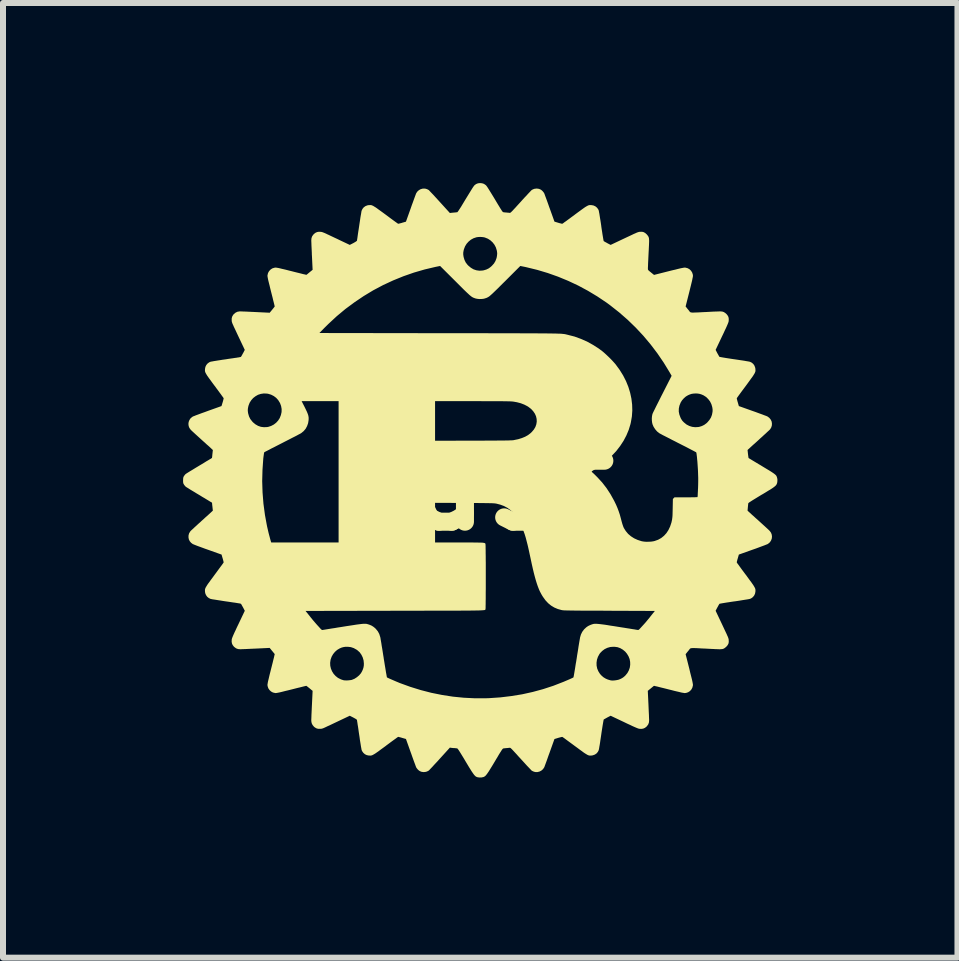
<source format=kicad_pcb>
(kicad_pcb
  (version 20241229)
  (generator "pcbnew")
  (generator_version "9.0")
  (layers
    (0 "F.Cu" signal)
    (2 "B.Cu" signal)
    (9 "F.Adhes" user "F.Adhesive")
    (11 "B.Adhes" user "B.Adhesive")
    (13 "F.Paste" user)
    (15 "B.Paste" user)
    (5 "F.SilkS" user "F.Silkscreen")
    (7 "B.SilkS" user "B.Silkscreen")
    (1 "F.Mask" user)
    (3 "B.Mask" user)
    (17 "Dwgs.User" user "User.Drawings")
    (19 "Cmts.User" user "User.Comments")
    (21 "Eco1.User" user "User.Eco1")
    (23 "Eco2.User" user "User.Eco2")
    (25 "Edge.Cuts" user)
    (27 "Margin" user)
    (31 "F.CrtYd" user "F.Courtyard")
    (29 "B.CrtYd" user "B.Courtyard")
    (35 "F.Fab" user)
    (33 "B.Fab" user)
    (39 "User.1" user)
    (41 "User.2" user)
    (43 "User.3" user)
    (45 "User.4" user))
  (footprint "rust"
    (layer "F.Cu")
    (at 4.95 4.952)
    (property "Reference" "rust" (at 0 0 0) (layer "F.SilkS") (effects (font (size 1.524 1.524) (thickness 0.3))))
    (attr board_only exclude_from_pos_files exclude_from_bom)
    (fp_poly (pts (xy 0.03 -4.949) (xy 0.062 -4.939) (xy 0.09 -4.92) (xy 0.095 -4.916) (xy 0.102 -4.908) (xy 0.113 -4.894) (xy 0.127 -4.873) (xy 0.144 -4.846) (xy 0.165 -4.812) (xy 0.191 -4.77) (xy 0.221 -4.721) (xy 0.244 -4.683) (xy 0.273 -4.634) (xy 0.297 -4.594) (xy 0.318 -4.56) (xy 0.334 -4.533) (xy 0.348 -4.512) (xy 0.358 -4.495) (xy 0.367 -4.483) (xy 0.373 -4.475) (xy 0.378 -4.47) (xy 0.382 -4.468) (xy 0.385 -4.467) (xy 0.396 -4.465) (xy 0.413 -4.463) (xy 0.434 -4.462) (xy 0.437 -4.461) (xy 0.458 -4.459) (xy 0.476 -4.458) (xy 0.49 -4.456) (xy 0.491 -4.456) (xy 0.494 -4.455) (xy 0.498 -4.456) (xy 0.503 -4.459) (xy 0.509 -4.463) (xy 0.518 -4.471) (xy 0.528 -4.481) (xy 0.543 -4.496) (xy 0.56 -4.515) (xy 0.583 -4.539) (xy 0.61 -4.569) (xy 0.642 -4.604) (xy 0.675 -4.64) (xy 0.708 -4.677) (xy 0.74 -4.712) (xy 0.77 -4.743) (xy 0.796 -4.772) (xy 0.819 -4.796) (xy 0.838 -4.816) (xy 0.851 -4.83) (xy 0.86 -4.837) (xy 0.861 -4.838) (xy 0.874 -4.845) (xy 0.893 -4.853) (xy 0.906 -4.857) (xy 0.942 -4.861) (xy 0.978 -4.856) (xy 1.005 -4.845) (xy 1.023 -4.833) (xy 1.042 -4.815) (xy 1.058 -4.795) (xy 1.066 -4.783) (xy 1.069 -4.775) (xy 1.075 -4.76) (xy 1.083 -4.737) (xy 1.094 -4.708) (xy 1.107 -4.673) (xy 1.121 -4.634) (xy 1.136 -4.592) (xy 1.152 -4.546) (xy 1.155 -4.539) (xy 1.237 -4.31) (xy 1.299 -4.291) (xy 1.323 -4.284) (xy 1.344 -4.279) (xy 1.359 -4.275) (xy 1.368 -4.274) (xy 1.369 -4.275) (xy 1.374 -4.278) (xy 1.386 -4.286) (xy 1.404 -4.3) (xy 1.429 -4.317) (xy 1.457 -4.338) (xy 1.49 -4.362) (xy 1.526 -4.389) (xy 1.565 -4.417) (xy 1.576 -4.426) (xy 1.623 -4.461) (xy 1.663 -4.49) (xy 1.697 -4.515) (xy 1.725 -4.535) (xy 1.748 -4.551) (xy 1.768 -4.563) (xy 1.784 -4.572) (xy 1.798 -4.579) (xy 1.81 -4.583) (xy 1.821 -4.585) (xy 1.832 -4.586) (xy 1.843 -4.585) (xy 1.855 -4.585) (xy 1.89 -4.578) (xy 1.921 -4.563) (xy 1.947 -4.541) (xy 1.967 -4.513) (xy 1.975 -4.494) (xy 1.977 -4.484) (xy 1.98 -4.466) (xy 1.985 -4.441) (xy 1.99 -4.409) (xy 1.996 -4.371) (xy 2.003 -4.329) (xy 2.01 -4.284) (xy 2.017 -4.236) (xy 2.017 -4.232) (xy 2.024 -4.184) (xy 2.031 -4.14) (xy 2.037 -4.099) (xy 2.043 -4.063) (xy 2.048 -4.033) (xy 2.052 -4.01) (xy 2.055 -3.994) (xy 2.057 -3.987) (xy 2.057 -3.986) (xy 2.063 -3.982) (xy 2.076 -3.974) (xy 2.094 -3.964) (xy 2.115 -3.953) (xy 2.117 -3.951) (xy 2.173 -3.922) (xy 2.401 -4.03) (xy 2.452 -4.054) (xy 2.495 -4.074) (xy 2.531 -4.091) (xy 2.56 -4.105) (xy 2.584 -4.115) (xy 2.603 -4.124) (xy 2.618 -4.13) (xy 2.63 -4.134) (xy 2.64 -4.137) (xy 2.649 -4.139) (xy 2.657 -4.14) (xy 2.665 -4.14) (xy 2.666 -4.14) (xy 2.691 -4.141) (xy 2.711 -4.138) (xy 2.724 -4.134) (xy 2.749 -4.12) (xy 2.773 -4.099) (xy 2.793 -4.075) (xy 2.804 -4.057) (xy 2.806 -4.05) (xy 2.809 -4.043) (xy 2.811 -4.035) (xy 2.812 -4.025) (xy 2.813 -4.013) (xy 2.814 -3.997) (xy 2.814 -3.977) (xy 2.813 -3.952) (xy 2.812 -3.921) (xy 2.81 -3.884) (xy 2.808 -3.839) (xy 2.805 -3.785) (xy 2.803 -3.743) (xy 2.801 -3.7) (xy 2.799 -3.658) (xy 2.797 -3.62) (xy 2.796 -3.587) (xy 2.795 -3.56) (xy 2.794 -3.54) (xy 2.794 -3.528) (xy 2.794 -3.526) (xy 2.794 -3.517) (xy 2.796 -3.51) (xy 2.799 -3.503) (xy 2.807 -3.495) (xy 2.819 -3.484) (xy 2.838 -3.469) (xy 2.845 -3.463) (xy 2.896 -3.422) (xy 3.145 -3.485) (xy 3.201 -3.499) (xy 3.249 -3.51) (xy 3.288 -3.52) (xy 3.32 -3.528) (xy 3.347 -3.534) (xy 3.368 -3.538) (xy 3.384 -3.541) (xy 3.397 -3.543) (xy 3.406 -3.544) (xy 3.414 -3.544) (xy 3.419 -3.543) (xy 3.455 -3.534) (xy 3.486 -3.517) (xy 3.512 -3.492) (xy 3.531 -3.462) (xy 3.542 -3.428) (xy 3.543 -3.419) (xy 3.544 -3.413) (xy 3.544 -3.405) (xy 3.543 -3.395) (xy 3.541 -3.382) (xy 3.537 -3.365) (xy 3.533 -3.343) (xy 3.527 -3.316) (xy 3.519 -3.283) (xy 3.509 -3.242) (xy 3.497 -3.194) (xy 3.485 -3.145) (xy 3.422 -2.896) (xy 3.434 -2.882) (xy 3.442 -2.871) (xy 3.454 -2.856) (xy 3.468 -2.839) (xy 3.475 -2.831) (xy 3.482 -2.822) (xy 3.487 -2.814) (xy 3.492 -2.808) (xy 3.498 -2.803) (xy 3.505 -2.799) (xy 3.514 -2.797) (xy 3.526 -2.795) (xy 3.542 -2.794) (xy 3.563 -2.795) (xy 3.59 -2.796) (xy 3.624 -2.797) (xy 3.665 -2.799) (xy 3.714 -2.802) (xy 3.744 -2.803) (xy 3.804 -2.806) (xy 3.854 -2.809) (xy 3.897 -2.811) (xy 3.932 -2.812) (xy 3.961 -2.813) (xy 3.984 -2.814) (xy 4.003 -2.814) (xy 4.017 -2.813) (xy 4.028 -2.812) (xy 4.038 -2.81) (xy 4.045 -2.808) (xy 4.052 -2.805) (xy 4.057 -2.804) (xy 4.082 -2.788) (xy 4.106 -2.767) (xy 4.125 -2.742) (xy 4.134 -2.724) (xy 4.139 -2.705) (xy 4.141 -2.684) (xy 4.14 -2.666) (xy 4.14 -2.657) (xy 4.139 -2.65) (xy 4.137 -2.641) (xy 4.134 -2.631) (xy 4.13 -2.62) (xy 4.124 -2.605) (xy 4.116 -2.586) (xy 4.106 -2.563) (xy 4.093 -2.534) (xy 4.076 -2.499) (xy 4.057 -2.457) (xy 4.033 -2.407) (xy 4.03 -2.401) (xy 3.922 -2.173) (xy 3.951 -2.117) (xy 3.963 -2.096) (xy 3.973 -2.078) (xy 3.981 -2.064) (xy 3.986 -2.057) (xy 3.986 -2.057) (xy 3.992 -2.056) (xy 4.007 -2.053) (xy 4.029 -2.049) (xy 4.058 -2.044) (xy 4.094 -2.038) (xy 4.133 -2.032) (xy 4.177 -2.025) (xy 4.224 -2.018) (xy 4.232 -2.017) (xy 4.28 -2.01) (xy 4.325 -2.003) (xy 4.368 -1.997) (xy 4.406 -1.991) (xy 4.438 -1.985) (xy 4.464 -1.981) (xy 4.483 -1.977) (xy 4.493 -1.975) (xy 4.494 -1.975) (xy 4.524 -1.96) (xy 4.55 -1.938) (xy 4.569 -1.91) (xy 4.581 -1.877) (xy 4.585 -1.855) (xy 4.585 -1.843) (xy 4.586 -1.831) (xy 4.585 -1.82) (xy 4.583 -1.809) (xy 4.578 -1.797) (xy 4.572 -1.783) (xy 4.562 -1.767) (xy 4.55 -1.747) (xy 4.534 -1.723) (xy 4.513 -1.695) (xy 4.488 -1.66) (xy 4.459 -1.62) (xy 4.426 -1.575) (xy 4.397 -1.536) (xy 4.37 -1.5) (xy 4.345 -1.466) (xy 4.323 -1.436) (xy 4.304 -1.41) (xy 4.29 -1.39) (xy 4.28 -1.376) (xy 4.275 -1.369) (xy 4.275 -1.369) (xy 4.275 -1.362) (xy 4.278 -1.348) (xy 4.283 -1.328) (xy 4.289 -1.305) (xy 4.291 -1.3) (xy 4.309 -1.237) (xy 4.539 -1.155) (xy 4.585 -1.139) (xy 4.628 -1.123) (xy 4.669 -1.108) (xy 4.705 -1.095) (xy 4.736 -1.083) (xy 4.761 -1.074) (xy 4.778 -1.067) (xy 4.788 -1.062) (xy 4.788 -1.062) (xy 4.817 -1.04) (xy 4.839 -1.013) (xy 4.854 -0.983) (xy 4.86 -0.95) (xy 4.859 -0.916) (xy 4.85 -0.884) (xy 4.832 -0.853) (xy 4.824 -0.844) (xy 4.816 -0.836) (xy 4.801 -0.822) (xy 4.781 -0.804) (xy 4.757 -0.781) (xy 4.728 -0.755) (xy 4.697 -0.726) (xy 4.663 -0.696) (xy 4.642 -0.676) (xy 4.608 -0.645) (xy 4.576 -0.616) (xy 4.546 -0.59) (xy 4.52 -0.566) (xy 4.498 -0.546) (xy 4.482 -0.531) (xy 4.471 -0.521) (xy 4.467 -0.518) (xy 4.454 -0.505) (xy 4.461 -0.44) (xy 4.464 -0.416) (xy 4.467 -0.395) (xy 4.469 -0.38) (xy 4.471 -0.372) (xy 4.472 -0.371) (xy 4.477 -0.368) (xy 4.489 -0.36) (xy 4.508 -0.349) (xy 4.534 -0.333) (xy 4.564 -0.315) (xy 4.599 -0.294) (xy 4.637 -0.271) (xy 4.678 -0.247) (xy 4.689 -0.24) (xy 4.74 -0.209) (xy 4.783 -0.183) (xy 4.82 -0.161) (xy 4.85 -0.142) (xy 4.874 -0.126) (xy 4.893 -0.113) (xy 4.908 -0.101) (xy 4.92 -0.091) (xy 4.928 -0.082) (xy 4.935 -0.073) (xy 4.939 -0.063) (xy 4.943 -0.053) (xy 4.944 -0.05) (xy 4.951 -0.02) (xy 4.951 0.012) (xy 4.947 0.043) (xy 4.944 0.05) (xy 4.941 0.06) (xy 4.936 0.069) (xy 4.931 0.078) (xy 4.923 0.087) (xy 4.913 0.097) (xy 4.899 0.108) (xy 4.882 0.121) (xy 4.86 0.136) (xy 4.832 0.154) (xy 4.798 0.174) (xy 4.758 0.199) (xy 4.71 0.228) (xy 4.685 0.242) (xy 4.634 0.273) (xy 4.59 0.3) (xy 4.554 0.322) (xy 4.525 0.34) (xy 4.502 0.355) (xy 4.485 0.366) (xy 4.474 0.374) (xy 4.468 0.38) (xy 4.466 0.383) (xy 4.465 0.392) (xy 4.463 0.408) (xy 4.461 0.429) (xy 4.459 0.449) (xy 4.454 0.505) (xy 4.467 0.518) (xy 4.474 0.524) (xy 4.487 0.536) (xy 4.505 0.552) (xy 4.528 0.574) (xy 4.556 0.598) (xy 4.586 0.626) (xy 4.619 0.655) (xy 4.642 0.676) (xy 4.676 0.707) (xy 4.709 0.737) (xy 4.74 0.765) (xy 4.767 0.79) (xy 4.79 0.811) (xy 4.808 0.828) (xy 4.82 0.84) (xy 4.824 0.844) (xy 4.845 0.873) (xy 4.857 0.905) (xy 4.861 0.939) (xy 4.857 0.972) (xy 4.845 1.003) (xy 4.826 1.032) (xy 4.799 1.055) (xy 4.788 1.062) (xy 4.78 1.066) (xy 4.763 1.072) (xy 4.739 1.082) (xy 4.709 1.093) (xy 4.674 1.106) (xy 4.634 1.121) (xy 4.591 1.137) (xy 4.545 1.153) (xy 4.539 1.155) (xy 4.309 1.237) (xy 4.291 1.3) (xy 4.284 1.323) (xy 4.279 1.344) (xy 4.275 1.359) (xy 4.274 1.368) (xy 4.274 1.368) (xy 4.278 1.373) (xy 4.286 1.386) (xy 4.3 1.404) (xy 4.317 1.428) (xy 4.338 1.457) (xy 4.362 1.49) (xy 4.389 1.526) (xy 4.417 1.564) (xy 4.426 1.575) (xy 4.461 1.623) (xy 4.49 1.663) (xy 4.515 1.696) (xy 4.535 1.725) (xy 4.551 1.748) (xy 4.563 1.768) (xy 4.572 1.784) (xy 4.579 1.798) (xy 4.583 1.81) (xy 4.585 1.821) (xy 4.586 1.832) (xy 4.585 1.843) (xy 4.585 1.855) (xy 4.578 1.89) (xy 4.563 1.921) (xy 4.541 1.947) (xy 4.513 1.967) (xy 4.494 1.975) (xy 4.484 1.977) (xy 4.466 1.981) (xy 4.441 1.985) (xy 4.409 1.99) (xy 4.371 1.996) (xy 4.329 2.003) (xy 4.284 2.01) (xy 4.236 2.017) (xy 4.232 2.017) (xy 4.184 2.024) (xy 4.14 2.031) (xy 4.099 2.037) (xy 4.063 2.043) (xy 4.033 2.048) (xy 4.01 2.052) (xy 3.994 2.055) (xy 3.987 2.057) (xy 3.986 2.057) (xy 3.982 2.063) (xy 3.974 2.076) (xy 3.964 2.094) (xy 3.953 2.115) (xy 3.951 2.117) (xy 3.922 2.173) (xy 4.03 2.401) (xy 4.054 2.452) (xy 4.074 2.495) (xy 4.091 2.531) (xy 4.105 2.56) (xy 4.115 2.584) (xy 4.124 2.603) (xy 4.13 2.618) (xy 4.134 2.63) (xy 4.137 2.64) (xy 4.139 2.649) (xy 4.14 2.657) (xy 4.14 2.665) (xy 4.14 2.666) (xy 4.141 2.691) (xy 4.138 2.711) (xy 4.134 2.724) (xy 4.12 2.749) (xy 4.099 2.773) (xy 4.075 2.793) (xy 4.057 2.804) (xy 4.05 2.806) (xy 4.043 2.809) (xy 4.034 2.811) (xy 4.024 2.812) (xy 4.012 2.813) (xy 3.996 2.814) (xy 3.976 2.814) (xy 3.951 2.813) (xy 3.919 2.812) (xy 3.882 2.81) (xy 3.836 2.808) (xy 3.782 2.805) (xy 3.744 2.803) (xy 3.69 2.801) (xy 3.645 2.798) (xy 3.607 2.796) (xy 3.577 2.795) (xy 3.553 2.794) (xy 3.534 2.795) (xy 3.52 2.796) (xy 3.509 2.798) (xy 3.501 2.801) (xy 3.495 2.805) (xy 3.49 2.811) (xy 3.485 2.817) (xy 3.479 2.826) (xy 3.475 2.831) (xy 3.46 2.849) (xy 3.447 2.865) (xy 3.437 2.878) (xy 3.434 2.882) (xy 3.422 2.896) (xy 3.485 3.145) (xy 3.498 3.201) (xy 3.51 3.248) (xy 3.52 3.288) (xy 3.528 3.32) (xy 3.534 3.347) (xy 3.538 3.367) (xy 3.541 3.384) (xy 3.543 3.396) (xy 3.544 3.406) (xy 3.544 3.414) (xy 3.543 3.419) (xy 3.534 3.455) (xy 3.517 3.486) (xy 3.493 3.512) (xy 3.463 3.531) (xy 3.429 3.542) (xy 3.418 3.543) (xy 3.411 3.544) (xy 3.402 3.544) (xy 3.392 3.542) (xy 3.378 3.54) (xy 3.36 3.537) (xy 3.338 3.532) (xy 3.31 3.525) (xy 3.275 3.517) (xy 3.233 3.507) (xy 3.183 3.494) (xy 3.146 3.485) (xy 3.099 3.473) (xy 3.055 3.462) (xy 3.014 3.452) (xy 2.978 3.443) (xy 2.947 3.435) (xy 2.923 3.43) (xy 2.907 3.426) (xy 2.898 3.424) (xy 2.897 3.423) (xy 2.892 3.426) (xy 2.881 3.434) (xy 2.867 3.446) (xy 2.857 3.454) (xy 2.839 3.469) (xy 2.823 3.482) (xy 2.81 3.492) (xy 2.806 3.496) (xy 2.792 3.507) (xy 2.803 3.735) (xy 2.805 3.783) (xy 2.807 3.828) (xy 2.809 3.871) (xy 2.811 3.909) (xy 2.812 3.943) (xy 2.813 3.969) (xy 2.814 3.988) (xy 2.814 3.997) (xy 2.811 4.034) (xy 2.799 4.067) (xy 2.778 4.095) (xy 2.77 4.104) (xy 2.744 4.124) (xy 2.717 4.136) (xy 2.687 4.141) (xy 2.666 4.14) (xy 2.657 4.14) (xy 2.65 4.139) (xy 2.641 4.137) (xy 2.631 4.134) (xy 2.62 4.13) (xy 2.605 4.124) (xy 2.586 4.116) (xy 2.563 4.106) (xy 2.534 4.093) (xy 2.499 4.076) (xy 2.457 4.057) (xy 2.407 4.033) (xy 2.401 4.03) (xy 2.173 3.922) (xy 2.117 3.951) (xy 2.096 3.963) (xy 2.078 3.973) (xy 2.064 3.981) (xy 2.057 3.986) (xy 2.057 3.986) (xy 2.056 3.992) (xy 2.053 4.007) (xy 2.049 4.029) (xy 2.044 4.058) (xy 2.038 4.094) (xy 2.032 4.133) (xy 2.025 4.177) (xy 2.018 4.224) (xy 2.017 4.232) (xy 2.01 4.28) (xy 2.003 4.325) (xy 1.997 4.368) (xy 1.991 4.406) (xy 1.985 4.438) (xy 1.981 4.464) (xy 1.977 4.483) (xy 1.975 4.493) (xy 1.975 4.494) (xy 1.96 4.524) (xy 1.938 4.55) (xy 1.91 4.569) (xy 1.877 4.581) (xy 1.855 4.585) (xy 1.843 4.585) (xy 1.831 4.586) (xy 1.82 4.585) (xy 1.809 4.583) (xy 1.797 4.578) (xy 1.783 4.572) (xy 1.767 4.562) (xy 1.747 4.55) (xy 1.723 4.534) (xy 1.695 4.513) (xy 1.66 4.488) (xy 1.62 4.458) (xy 1.576 4.426) (xy 1.537 4.397) (xy 1.5 4.37) (xy 1.466 4.345) (xy 1.436 4.323) (xy 1.411 4.304) (xy 1.391 4.29) (xy 1.377 4.28) (xy 1.369 4.275) (xy 1.369 4.275) (xy 1.362 4.275) (xy 1.348 4.278) (xy 1.328 4.283) (xy 1.305 4.289) (xy 1.299 4.291) (xy 1.237 4.31) (xy 1.155 4.539) (xy 1.138 4.585) (xy 1.123 4.628) (xy 1.109 4.668) (xy 1.096 4.703) (xy 1.085 4.733) (xy 1.076 4.757) (xy 1.07 4.774) (xy 1.066 4.782) (xy 1.066 4.783) (xy 1.046 4.812) (xy 1.02 4.835) (xy 0.99 4.851) (xy 0.956 4.86) (xy 0.921 4.86) (xy 0.906 4.857) (xy 0.887 4.851) (xy 0.87 4.843) (xy 0.861 4.838) (xy 0.854 4.833) (xy 0.842 4.82) (xy 0.825 4.802) (xy 0.803 4.779) (xy 0.777 4.752) (xy 0.749 4.721) (xy 0.718 4.687) (xy 0.685 4.651) (xy 0.675 4.64) (xy 0.637 4.599) (xy 0.606 4.564) (xy 0.579 4.535) (xy 0.558 4.512) (xy 0.54 4.493) (xy 0.527 4.479) (xy 0.516 4.469) (xy 0.508 4.462) (xy 0.502 4.458) (xy 0.498 4.456) (xy 0.494 4.455) (xy 0.491 4.456) (xy 0.479 4.457) (xy 0.461 4.459) (xy 0.44 4.461) (xy 0.437 4.461) (xy 0.417 4.463) (xy 0.398 4.465) (xy 0.386 4.467) (xy 0.385 4.467) (xy 0.381 4.468) (xy 0.377 4.472) (xy 0.371 4.478) (xy 0.364 4.487) (xy 0.355 4.5) (xy 0.344 4.518) (xy 0.329 4.541) (xy 0.311 4.57) (xy 0.29 4.606) (xy 0.264 4.649) (xy 0.244 4.683) (xy 0.213 4.735) (xy 0.186 4.779) (xy 0.163 4.816) (xy 0.144 4.847) (xy 0.127 4.872) (xy 0.113 4.892) (xy 0.101 4.907) (xy 0.091 4.919) (xy 0.081 4.928) (xy 0.071 4.935) (xy 0.062 4.94) (xy 0.052 4.944) (xy 0.05 4.944) (xy 0.023 4.95) (xy -0.008 4.951) (xy -0.037 4.948) (xy -0.053 4.944) (xy -0.062 4.94) (xy -0.072 4.935) (xy -0.081 4.928) (xy -0.09 4.919) (xy -0.101 4.907) (xy -0.113 4.891) (xy -0.127 4.871) (xy -0.144 4.846) (xy -0.164 4.814) (xy -0.187 4.777) (xy -0.214 4.732) (xy -0.244 4.682) (xy -0.274 4.631) (xy -0.3 4.589) (xy -0.322 4.553) (xy -0.34 4.524) (xy -0.354 4.502) (xy -0.365 4.486) (xy -0.374 4.475) (xy -0.379 4.468) (xy -0.382 4.466) (xy -0.392 4.465) (xy -0.409 4.463) (xy -0.428 4.461) (xy -0.43 4.461) (xy -0.451 4.46) (xy -0.471 4.458) (xy -0.486 4.456) (xy -0.505 4.453) (xy -0.675 4.64) (xy -0.708 4.677) (xy -0.74 4.711) (xy -0.77 4.743) (xy -0.796 4.772) (xy -0.819 4.796) (xy -0.838 4.816) (xy -0.851 4.83) (xy -0.86 4.837) (xy -0.861 4.838) (xy -0.874 4.845) (xy -0.893 4.853) (xy -0.906 4.857) (xy -0.942 4.861) (xy -0.978 4.856) (xy -1.005 4.845) (xy -1.023 4.833) (xy -1.042 4.815) (xy -1.058 4.795) (xy -1.066 4.783) (xy -1.069 4.775) (xy -1.075 4.76) (xy -1.083 4.737) (xy -1.094 4.708) (xy -1.107 4.673) (xy -1.121 4.634) (xy -1.136 4.592) (xy -1.152 4.546) (xy -1.155 4.539) (xy -1.237 4.309) (xy -1.3 4.291) (xy -1.323 4.284) (xy -1.344 4.279) (xy -1.359 4.275) (xy -1.368 4.274) (xy -1.368 4.274) (xy -1.373 4.278) (xy -1.386 4.286) (xy -1.404 4.3) (xy -1.428 4.317) (xy -1.457 4.338) (xy -1.49 4.362) (xy -1.526 4.389) (xy -1.564 4.417) (xy -1.575 4.426) (xy -1.623 4.461) (xy -1.663 4.49) (xy -1.696 4.515) (xy -1.725 4.535) (xy -1.748 4.551) (xy -1.768 4.563) (xy -1.784 4.572) (xy -1.798 4.579) (xy -1.81 4.583) (xy -1.821 4.585) (xy -1.832 4.586) (xy -1.843 4.585) (xy -1.855 4.585) (xy -1.89 4.578) (xy -1.921 4.563) (xy -1.947 4.54) (xy -1.967 4.512) (xy -1.976 4.491) (xy -1.978 4.481) (xy -1.981 4.463) (xy -1.986 4.437) (xy -1.991 4.404) (xy -1.997 4.367) (xy -2.004 4.325) (xy -2.01 4.279) (xy -2.017 4.234) (xy -2.024 4.187) (xy -2.03 4.143) (xy -2.036 4.103) (xy -2.042 4.068) (xy -2.046 4.038) (xy -2.05 4.015) (xy -2.052 3.999) (xy -2.053 3.992) (xy -2.053 3.992) (xy -2.059 3.985) (xy -2.073 3.975) (xy -2.096 3.962) (xy -2.114 3.952) (xy -2.173 3.922) (xy -2.323 3.993) (xy -2.363 4.012) (xy -2.405 4.032) (xy -2.445 4.051) (xy -2.483 4.069) (xy -2.516 4.085) (xy -2.544 4.097) (xy -2.552 4.101) (xy -2.581 4.115) (xy -2.603 4.125) (xy -2.62 4.132) (xy -2.634 4.136) (xy -2.647 4.139) (xy -2.66 4.14) (xy -2.666 4.14) (xy -2.699 4.14) (xy -2.728 4.132) (xy -2.754 4.117) (xy -2.77 4.104) (xy -2.793 4.076) (xy -2.808 4.045) (xy -2.814 4.01) (xy -2.814 3.997) (xy -2.814 3.985) (xy -2.813 3.965) (xy -2.812 3.937) (xy -2.811 3.903) (xy -2.809 3.863) (xy -2.807 3.82) (xy -2.805 3.774) (xy -2.803 3.735) (xy -2.792 3.507) (xy -2.806 3.496) (xy -2.816 3.488) (xy -2.831 3.475) (xy -2.848 3.461) (xy -2.857 3.454) (xy -2.873 3.441) (xy -2.886 3.431) (xy -2.895 3.425) (xy -2.897 3.423) (xy -2.903 3.425) (xy -2.917 3.428) (xy -2.938 3.433) (xy -2.966 3.44) (xy -3.001 3.449) (xy -3.04 3.458) (xy -3.083 3.469) (xy -3.13 3.481) (xy -3.146 3.485) (xy -3.202 3.499) (xy -3.249 3.51) (xy -3.288 3.52) (xy -3.32 3.528) (xy -3.346 3.534) (xy -3.367 3.538) (xy -3.383 3.541) (xy -3.396 3.543) (xy -3.406 3.544) (xy -3.413 3.544) (xy -3.418 3.543) (xy -3.453 3.535) (xy -3.484 3.518) (xy -3.51 3.494) (xy -3.53 3.465) (xy -3.541 3.431) (xy -3.543 3.418) (xy -3.544 3.411) (xy -3.544 3.403) (xy -3.542 3.392) (xy -3.54 3.378) (xy -3.537 3.36) (xy -3.532 3.338) (xy -3.525 3.31) (xy -3.517 3.275) (xy -3.507 3.233) (xy -3.494 3.183) (xy -3.485 3.146) (xy -3.473 3.099) (xy -3.462 3.055) (xy -3.458 3.04) (xy -2.5 3.04) (xy -2.498 3.089) (xy -2.487 3.137) (xy -2.468 3.182) (xy -2.442 3.224) (xy -2.409 3.26) (xy -2.37 3.291) (xy -2.325 3.314) (xy -2.318 3.317) (xy -2.3 3.323) (xy -2.281 3.329) (xy -2.273 3.331) (xy -2.255 3.333) (xy -2.23 3.334) (xy -2.202 3.333) (xy -2.175 3.33) (xy -2.151 3.327) (xy -2.138 3.324) (xy -2.094 3.306) (xy -2.054 3.28) (xy -2.017 3.249) (xy -1.987 3.214) (xy -1.967 3.179) (xy -1.953 3.146) (xy -1.944 3.116) (xy -1.939 3.086) (xy -1.938 3.052) (xy -1.943 3) (xy -1.957 2.951) (xy -1.979 2.906) (xy -2.008 2.865) (xy -2.046 2.831) (xy -2.06 2.821) (xy -2.107 2.795) (xy -2.155 2.779) (xy -2.206 2.773) (xy -2.215 2.773) (xy -2.251 2.774) (xy -2.281 2.779) (xy -2.31 2.787) (xy -2.342 2.801) (xy -2.344 2.802) (xy -2.384 2.826) (xy -2.42 2.858) (xy -2.451 2.896) (xy -2.475 2.938) (xy -2.491 2.983) (xy -2.493 2.99) (xy -2.5 3.04) (xy -3.458 3.04) (xy -3.452 3.014) (xy -3.443 2.978) (xy -3.435 2.947) (xy -3.43 2.923) (xy -3.426 2.907) (xy -3.424 2.898) (xy -3.423 2.897) (xy -3.426 2.892) (xy -3.434 2.881) (xy -3.446 2.867) (xy -3.454 2.857) (xy -3.469 2.839) (xy -3.482 2.823) (xy -3.492 2.81) (xy -3.496 2.806) (xy -3.507 2.792) (xy -3.735 2.803) (xy -3.782 2.805) (xy -3.828 2.807) (xy -3.871 2.809) (xy -3.909 2.811) (xy -3.943 2.812) (xy -3.969 2.813) (xy -3.988 2.814) (xy -3.997 2.814) (xy -4.034 2.811) (xy -4.067 2.799) (xy -4.095 2.778) (xy -4.104 2.77) (xy -4.124 2.744) (xy -4.136 2.717) (xy -4.141 2.687) (xy -4.14 2.666) (xy -4.14 2.657) (xy -4.139 2.65) (xy -4.137 2.641) (xy -4.134 2.631) (xy -4.13 2.62) (xy -4.124 2.605) (xy -4.116 2.586) (xy -4.106 2.563) (xy -4.093 2.534) (xy -4.076 2.499) (xy -4.057 2.457) (xy -4.033 2.407) (xy -4.03 2.401) (xy -3.923 2.176) (xy -2.91 2.176) (xy -2.855 2.244) (xy -2.825 2.282) (xy -2.799 2.314) (xy -2.774 2.344) (xy -2.749 2.373) (xy -2.722 2.404) (xy -2.691 2.438) (xy -2.671 2.46) (xy -2.657 2.476) (xy -2.646 2.486) (xy -2.638 2.491) (xy -2.632 2.494) (xy -2.627 2.493) (xy -2.621 2.492) (xy -2.605 2.49) (xy -2.581 2.486) (xy -2.551 2.481) (xy -2.513 2.475) (xy -2.471 2.468) (xy -2.423 2.461) (xy -2.372 2.452) (xy -2.318 2.444) (xy -2.288 2.439) (xy -2.219 2.428) (xy -2.159 2.419) (xy -2.107 2.411) (xy -2.063 2.404) (xy -2.025 2.399) (xy -1.993 2.395) (xy -1.967 2.392) (xy -1.944 2.39) (xy -1.925 2.39) (xy -1.91 2.39) (xy -1.896 2.391) (xy -1.884 2.394) (xy -1.872 2.397) (xy -1.86 2.401) (xy -1.85 2.404) (xy -1.813 2.419) (xy -1.782 2.438) (xy -1.753 2.461) (xy -1.738 2.476) (xy -1.706 2.515) (xy -1.682 2.559) (xy -1.666 2.609) (xy -1.663 2.62) (xy -1.661 2.632) (xy -1.658 2.652) (xy -1.653 2.68) (xy -1.647 2.715) (xy -1.641 2.756) (xy -1.633 2.802) (xy -1.625 2.852) (xy -1.617 2.904) (xy -1.608 2.959) (xy -1.607 2.969) (xy -1.598 3.023) (xy -1.59 3.074) (xy -1.582 3.121) (xy -1.575 3.164) (xy -1.569 3.202) (xy -1.563 3.233) (xy -1.559 3.257) (xy -1.556 3.274) (xy -1.554 3.282) (xy -1.554 3.283) (xy -1.548 3.286) (xy -1.534 3.293) (xy -1.515 3.302) (xy -1.49 3.313) (xy -1.462 3.325) (xy -1.432 3.338) (xy -1.402 3.351) (xy -1.373 3.363) (xy -1.347 3.374) (xy -1.337 3.378) (xy -1.166 3.44) (xy -0.992 3.494) (xy -0.814 3.54) (xy -0.635 3.576) (xy -0.454 3.604) (xy -0.273 3.622) (xy -0.092 3.631) (xy 0.088 3.631) (xy 0.149 3.629) (xy 0.337 3.616) (xy 0.519 3.594) (xy 0.698 3.565) (xy 0.874 3.526) (xy 1.047 3.479) (xy 1.218 3.423) (xy 1.388 3.357) (xy 1.477 3.319) (xy 1.502 3.308) (xy 1.524 3.298) (xy 1.541 3.29) (xy 1.551 3.284) (xy 1.554 3.283) (xy 1.555 3.277) (xy 1.558 3.263) (xy 1.562 3.241) (xy 1.567 3.212) (xy 1.573 3.176) (xy 1.58 3.135) (xy 1.587 3.089) (xy 1.595 3.039) (xy 1.596 3.038) (xy 1.938 3.038) (xy 1.939 3.087) (xy 1.949 3.136) (xy 1.968 3.181) (xy 1.995 3.224) (xy 2.019 3.251) (xy 2.052 3.28) (xy 2.086 3.301) (xy 2.088 3.302) (xy 2.107 3.311) (xy 2.124 3.318) (xy 2.143 3.324) (xy 2.167 3.331) (xy 2.176 3.333) (xy 2.193 3.335) (xy 2.217 3.335) (xy 2.244 3.333) (xy 2.271 3.329) (xy 2.295 3.324) (xy 2.311 3.32) (xy 2.348 3.304) (xy 2.38 3.285) (xy 2.409 3.261) (xy 2.42 3.25) (xy 2.452 3.211) (xy 2.476 3.167) (xy 2.492 3.121) (xy 2.499 3.073) (xy 2.498 3.025) (xy 2.489 2.977) (xy 2.471 2.932) (xy 2.445 2.889) (xy 2.416 2.854) (xy 2.376 2.821) (xy 2.333 2.796) (xy 2.288 2.78) (xy 2.238 2.773) (xy 2.217 2.773) (xy 2.166 2.777) (xy 2.117 2.791) (xy 2.072 2.813) (xy 2.032 2.843) (xy 1.997 2.879) (xy 1.986 2.895) (xy 1.961 2.941) (xy 1.945 2.989) (xy 1.938 3.038) (xy 1.596 3.038) (xy 1.604 2.986) (xy 1.607 2.969) (xy 1.615 2.914) (xy 1.624 2.861) (xy 1.632 2.811) (xy 1.639 2.764) (xy 1.646 2.722) (xy 1.652 2.686) (xy 1.657 2.657) (xy 1.661 2.635) (xy 1.663 2.622) (xy 1.663 2.62) (xy 1.678 2.569) (xy 1.7 2.524) (xy 1.73 2.484) (xy 1.738 2.476) (xy 1.767 2.449) (xy 1.797 2.428) (xy 1.83 2.412) (xy 1.85 2.404) (xy 1.863 2.4) (xy 1.874 2.396) (xy 1.886 2.393) (xy 1.899 2.391) (xy 1.913 2.39) (xy 1.929 2.39) (xy 1.949 2.391) (xy 1.972 2.393) (xy 2 2.396) (xy 2.033 2.4) (xy 2.072 2.405) (xy 2.118 2.412) (xy 2.171 2.421) (xy 2.233 2.43) (xy 2.288 2.439) (xy 2.344 2.448) (xy 2.397 2.456) (xy 2.446 2.464) (xy 2.491 2.471) (xy 2.532 2.478) (xy 2.566 2.483) (xy 2.593 2.488) (xy 2.613 2.491) (xy 2.625 2.493) (xy 2.627 2.493) (xy 2.633 2.493) (xy 2.639 2.491) (xy 2.647 2.485) (xy 2.658 2.474) (xy 2.673 2.458) (xy 2.691 2.438) (xy 2.723 2.403) (xy 2.751 2.372) (xy 2.776 2.342) (xy 2.8 2.313) (xy 2.827 2.28) (xy 2.855 2.244) (xy 2.91 2.176) (xy 2.152 2.173) (xy 2.05 2.172) (xy 1.958 2.172) (xy 1.875 2.172) (xy 1.8 2.171) (xy 1.733 2.171) (xy 1.673 2.171) (xy 1.62 2.17) (xy 1.574 2.17) (xy 1.534 2.169) (xy 1.499 2.169) (xy 1.469 2.168) (xy 1.444 2.168) (xy 1.423 2.167) (xy 1.406 2.167) (xy 1.392 2.166) (xy 1.381 2.165) (xy 1.372 2.164) (xy 1.365 2.163) (xy 1.359 2.162) (xy 1.358 2.162) (xy 1.293 2.144) (xy 1.234 2.119) (xy 1.181 2.087) (xy 1.133 2.048) (xy 1.088 2) (xy 1.047 1.943) (xy 1.046 1.942) (xy 1.026 1.91) (xy 1.008 1.877) (xy 0.99 1.842) (xy 0.974 1.804) (xy 0.958 1.762) (xy 0.942 1.715) (xy 0.926 1.663) (xy 0.91 1.606) (xy 0.893 1.541) (xy 0.876 1.469) (xy 0.858 1.389) (xy 0.84 1.304) (xy 0.825 1.235) (xy 0.812 1.174) (xy 0.8 1.12) (xy 0.789 1.073) (xy 0.778 1.031) (xy 0.768 0.992) (xy 0.759 0.957) (xy 0.749 0.924) (xy 0.739 0.892) (xy 0.735 0.882) (xy 0.704 0.795) (xy 0.671 0.718) (xy 0.634 0.65) (xy 0.594 0.591) (xy 0.551 0.539) (xy 0.503 0.495) (xy 0.452 0.458) (xy 0.396 0.428) (xy 0.334 0.405) (xy 0.268 0.388) (xy 0.264 0.388) (xy 0.256 0.386) (xy 0.247 0.385) (xy 0.236 0.384) (xy 0.222 0.383) (xy 0.206 0.382) (xy 0.185 0.381) (xy 0.16 0.381) (xy 0.13 0.38) (xy 0.095 0.38) (xy 0.054 0.379) (xy 0.005 0.379) (xy -0.05 0.378) (xy -0.114 0.378) (xy -0.186 0.378) (xy -0.265 0.377) (xy -0.752 0.375) (xy -0.752 1.035) (xy -0.351 1.035) (xy -0.277 1.035) (xy -0.212 1.035) (xy -0.156 1.035) (xy -0.107 1.036) (xy -0.065 1.036) (xy -0.031 1.037) (xy -0.002 1.037) (xy 0.021 1.038) (xy 0.04 1.039) (xy 0.054 1.041) (xy 0.065 1.043) (xy 0.073 1.045) (xy 0.078 1.047) (xy 0.082 1.05) (xy 0.085 1.054) (xy 0.087 1.058) (xy 0.088 1.059) (xy 0.088 1.065) (xy 0.089 1.081) (xy 0.09 1.104) (xy 0.09 1.135) (xy 0.091 1.173) (xy 0.091 1.217) (xy 0.092 1.265) (xy 0.092 1.319) (xy 0.093 1.375) (xy 0.093 1.435) (xy 0.093 1.497) (xy 0.093 1.56) (xy 0.093 1.623) (xy 0.093 1.687) (xy 0.093 1.749) (xy 0.093 1.809) (xy 0.092 1.867) (xy 0.092 1.922) (xy 0.092 1.973) (xy 0.091 2.018) (xy 0.091 2.059) (xy 0.09 2.092) (xy 0.09 2.119) (xy 0.089 2.138) (xy 0.088 2.148) (xy 0.088 2.149) (xy 0.087 2.151) (xy 0.086 2.153) (xy 0.085 2.155) (xy 0.084 2.157) (xy 0.082 2.158) (xy 0.078 2.16) (xy 0.074 2.161) (xy 0.067 2.162) (xy 0.059 2.163) (xy 0.048 2.164) (xy 0.034 2.165) (xy 0.017 2.166) (xy -0.003 2.167) (xy -0.027 2.168) (xy -0.055 2.168) (xy -0.087 2.169) (xy -0.124 2.169) (xy -0.166 2.17) (xy -0.213 2.17) (xy -0.266 2.17) (xy -0.324 2.171) (xy -0.389 2.171) (xy -0.461 2.171) (xy -0.54 2.172) (xy -0.625 2.172) (xy -0.719 2.172) (xy -0.82 2.172) (xy -0.93 2.172) (xy -1.048 2.173) (xy -1.175 2.173) (xy -1.311 2.173) (xy -1.424 2.173) (xy -2.91 2.176) (xy -3.923 2.176) (xy -3.922 2.173) (xy -3.951 2.117) (xy -3.963 2.096) (xy -3.973 2.078) (xy -3.981 2.064) (xy -3.986 2.057) (xy -3.986 2.057) (xy -3.993 2.055) (xy -4.008 2.051) (xy -4.028 2.048) (xy -4.046 2.045) (xy -4.064 2.042) (xy -4.089 2.038) (xy -4.121 2.034) (xy -4.159 2.028) (xy -4.2 2.022) (xy -4.243 2.016) (xy -4.283 2.01) (xy -4.325 2.003) (xy -4.365 1.997) (xy -4.402 1.991) (xy -4.434 1.986) (xy -4.461 1.982) (xy -4.48 1.978) (xy -4.491 1.976) (xy -4.491 1.976) (xy -4.522 1.961) (xy -4.548 1.94) (xy -4.568 1.912) (xy -4.581 1.88) (xy -4.585 1.855) (xy -4.585 1.843) (xy -4.586 1.831) (xy -4.585 1.82) (xy -4.583 1.809) (xy -4.578 1.797) (xy -4.572 1.783) (xy -4.562 1.767) (xy -4.55 1.747) (xy -4.534 1.723) (xy -4.513 1.695) (xy -4.488 1.66) (xy -4.458 1.62) (xy -4.426 1.576) (xy -4.397 1.537) (xy -4.37 1.5) (xy -4.345 1.466) (xy -4.323 1.436) (xy -4.304 1.411) (xy -4.29 1.391) (xy -4.28 1.377) (xy -4.275 1.37) (xy -4.275 1.369) (xy -4.275 1.362) (xy -4.278 1.348) (xy -4.283 1.328) (xy -4.289 1.305) (xy -4.291 1.3) (xy -4.309 1.237) (xy -4.539 1.155) (xy -4.585 1.139) (xy -4.628 1.123) (xy -4.669 1.108) (xy -4.705 1.095) (xy -4.736 1.083) (xy -4.761 1.073) (xy -4.778 1.066) (xy -4.788 1.062) (xy -4.788 1.062) (xy -4.817 1.04) (xy -4.839 1.014) (xy -4.854 0.983) (xy -4.86 0.95) (xy -4.859 0.917) (xy -4.85 0.884) (xy -4.832 0.854) (xy -4.824 0.844) (xy -4.816 0.836) (xy -4.801 0.822) (xy -4.781 0.804) (xy -4.757 0.781) (xy -4.728 0.755) (xy -4.697 0.726) (xy -4.663 0.696) (xy -4.642 0.676) (xy -4.608 0.646) (xy -4.576 0.616) (xy -4.546 0.59) (xy -4.52 0.566) (xy -4.498 0.546) (xy -4.482 0.531) (xy -4.471 0.521) (xy -4.468 0.518) (xy -4.454 0.505) (xy -4.461 0.44) (xy -4.464 0.415) (xy -4.466 0.395) (xy -4.467 0.38) (xy -4.468 0.373) (xy -4.468 0.373) (xy -4.472 0.37) (xy -4.484 0.363) (xy -4.503 0.352) (xy -4.527 0.337) (xy -4.557 0.319) (xy -4.591 0.298) (xy -4.629 0.276) (xy -4.669 0.251) (xy -4.681 0.244) (xy -4.723 0.219) (xy -4.762 0.195) (xy -4.799 0.173) (xy -4.832 0.153) (xy -4.86 0.135) (xy -4.883 0.121) (xy -4.899 0.111) (xy -4.907 0.105) (xy -4.908 0.104) (xy -4.919 0.092) (xy -4.931 0.077) (xy -4.936 0.069) (xy -4.943 0.057) (xy -4.947 0.046) (xy -4.949 0.033) (xy -4.95 0.015) (xy -4.95 0.014) (xy -3.632 0.014) (xy -3.626 0.202) (xy -3.611 0.39) (xy -3.586 0.577) (xy -3.557 0.735) (xy -3.549 0.775) (xy -3.539 0.818) (xy -3.529 0.862) (xy -3.518 0.906) (xy -3.507 0.946) (xy -3.498 0.981) (xy -3.491 1.005) (xy -3.482 1.035) (xy -2.359 1.035) (xy -2.359 -1.319) (xy -0.752 -1.319) (xy -0.752 -0.659) (xy -0.116 -0.661) (xy -0.023 -0.661) (xy 0.061 -0.661) (xy 0.137 -0.662) (xy 0.204 -0.662) (xy 0.263 -0.662) (xy 0.315 -0.663) (xy 0.361 -0.663) (xy 0.4 -0.663) (xy 0.434 -0.664) (xy 0.462 -0.664) (xy 0.487 -0.665) (xy 0.507 -0.666) (xy 0.523 -0.666) (xy 0.536 -0.667) (xy 0.547 -0.668) (xy 0.556 -0.669) (xy 0.564 -0.67) (xy 0.564 -0.671) (xy 0.633 -0.685) (xy 0.694 -0.704) (xy 0.748 -0.726) (xy 0.796 -0.753) (xy 0.838 -0.785) (xy 0.86 -0.806) (xy 0.894 -0.846) (xy 0.919 -0.888) (xy 0.935 -0.933) (xy 0.942 -0.978) (xy 0.94 -1.023) (xy 0.93 -1.067) (xy 0.911 -1.11) (xy 0.883 -1.151) (xy 0.848 -1.189) (xy 0.804 -1.223) (xy 0.787 -1.234) (xy 0.735 -1.261) (xy 0.676 -1.284) (xy 0.611 -1.301) (xy 0.554 -1.311) (xy 0.546 -1.312) (xy 0.536 -1.313) (xy 0.523 -1.314) (xy 0.507 -1.315) (xy 0.488 -1.316) (xy 0.465 -1.316) (xy 0.438 -1.317) (xy 0.405 -1.317) (xy 0.367 -1.318) (xy 0.323 -1.318) (xy 0.273 -1.318) (xy 0.215 -1.318) (xy 0.15 -1.318) (xy 0.077 -1.318) (xy -0.005 -1.319) (xy -0.096 -1.319) (xy -0.123 -1.319) (xy -0.752 -1.319) (xy -2.359 -1.319) (xy -2.975 -1.319) (xy -2.923 -1.217) (xy -2.903 -1.176) (xy -2.887 -1.142) (xy -2.875 -1.113) (xy -2.866 -1.088) (xy -2.861 -1.065) (xy -2.858 -1.044) (xy -2.858 -1.021) (xy -2.859 -1.003) (xy -2.867 -0.952) (xy -2.884 -0.904) (xy -2.908 -0.859) (xy -2.941 -0.82) (xy -2.98 -0.788) (xy -2.981 -0.787) (xy -2.989 -0.782) (xy -3.004 -0.774) (xy -3.027 -0.762) (xy -3.056 -0.746) (xy -3.091 -0.728) (xy -3.131 -0.708) (xy -3.175 -0.685) (xy -3.222 -0.661) (xy -3.271 -0.636) (xy -3.296 -0.623) (xy -3.347 -0.597) (xy -3.394 -0.573) (xy -3.438 -0.55) (xy -3.479 -0.53) (xy -3.514 -0.511) (xy -3.545 -0.495) (xy -3.569 -0.483) (xy -3.586 -0.474) (xy -3.596 -0.468) (xy -3.598 -0.467) (xy -3.6 -0.46) (xy -3.603 -0.445) (xy -3.606 -0.423) (xy -3.61 -0.395) (xy -3.614 -0.362) (xy -3.614 -0.361) (xy -3.627 -0.174) (xy -3.632 0.014) (xy -4.95 0.014) (xy -4.95 0) (xy -4.949 -0.023) (xy -4.948 -0.039) (xy -4.945 -0.05) (xy -4.941 -0.061) (xy -4.936 -0.069) (xy -4.925 -0.085) (xy -4.913 -0.099) (xy -4.908 -0.104) (xy -4.901 -0.109) (xy -4.886 -0.119) (xy -4.865 -0.132) (xy -4.838 -0.149) (xy -4.806 -0.168) (xy -4.77 -0.19) (xy -4.731 -0.214) (xy -4.689 -0.239) (xy -4.681 -0.244) (xy -4.639 -0.269) (xy -4.601 -0.292) (xy -4.566 -0.314) (xy -4.535 -0.332) (xy -4.509 -0.348) (xy -4.488 -0.36) (xy -4.475 -0.369) (xy -4.469 -0.372) (xy -4.468 -0.373) (xy -4.468 -0.378) (xy -4.466 -0.39) (xy -4.464 -0.409) (xy -4.462 -0.433) (xy -4.461 -0.44) (xy -4.454 -0.505) (xy -4.468 -0.518) (xy -4.474 -0.524) (xy -4.487 -0.536) (xy -4.505 -0.553) (xy -4.528 -0.574) (xy -4.556 -0.598) (xy -4.586 -0.626) (xy -4.619 -0.655) (xy -4.642 -0.676) (xy -4.676 -0.707) (xy -4.709 -0.737) (xy -4.74 -0.765) (xy -4.767 -0.79) (xy -4.79 -0.811) (xy -4.808 -0.828) (xy -4.82 -0.84) (xy -4.824 -0.844) (xy -4.845 -0.873) (xy -4.857 -0.905) (xy -4.861 -0.939) (xy -4.857 -0.972) (xy -4.845 -1.003) (xy -4.826 -1.032) (xy -4.799 -1.055) (xy -4.788 -1.062) (xy -4.78 -1.066) (xy -4.763 -1.072) (xy -4.739 -1.082) (xy -4.709 -1.093) (xy -4.674 -1.106) (xy -4.634 -1.121) (xy -4.591 -1.136) (xy -4.545 -1.153) (xy -4.539 -1.155) (xy -4.529 -1.159) (xy -3.872 -1.159) (xy -3.868 -1.127) (xy -3.865 -1.111) (xy -3.851 -1.064) (xy -3.83 -1.021) (xy -3.8 -0.983) (xy -3.786 -0.967) (xy -3.745 -0.933) (xy -3.7 -0.907) (xy -3.653 -0.891) (xy -3.603 -0.885) (xy -3.551 -0.887) (xy -3.529 -0.891) (xy -3.483 -0.906) (xy -3.439 -0.929) (xy -3.4 -0.959) (xy -3.367 -0.995) (xy -3.341 -1.035) (xy -3.34 -1.037) (xy -3.32 -1.088) (xy -3.309 -1.138) (xy -3.308 -1.188) (xy -3.317 -1.238) (xy -3.335 -1.287) (xy -3.338 -1.292) (xy -3.365 -1.336) (xy -3.399 -1.374) (xy -3.439 -1.404) (xy -3.484 -1.427) (xy -3.534 -1.442) (xy -3.555 -1.445) (xy -3.606 -1.447) (xy -3.654 -1.44) (xy -3.701 -1.425) (xy -3.743 -1.401) (xy -3.782 -1.371) (xy -3.814 -1.335) (xy -3.841 -1.293) (xy -3.859 -1.247) (xy -3.865 -1.223) (xy -3.871 -1.189) (xy -3.872 -1.159) (xy -4.529 -1.159) (xy -4.31 -1.237) (xy -4.291 -1.299) (xy -4.284 -1.323) (xy -4.279 -1.344) (xy -4.275 -1.359) (xy -4.274 -1.368) (xy -4.275 -1.369) (xy -4.278 -1.374) (xy -4.286 -1.386) (xy -4.3 -1.404) (xy -4.317 -1.429) (xy -4.338 -1.457) (xy -4.362 -1.49) (xy -4.389 -1.526) (xy -4.417 -1.565) (xy -4.426 -1.576) (xy -4.461 -1.623) (xy -4.49 -1.663) (xy -4.515 -1.697) (xy -4.535 -1.725) (xy -4.551 -1.748) (xy -4.563 -1.768) (xy -4.572 -1.784) (xy -4.579 -1.798) (xy -4.583 -1.81) (xy -4.585 -1.821) (xy -4.586 -1.832) (xy -4.585 -1.843) (xy -4.585 -1.855) (xy -4.578 -1.89) (xy -4.563 -1.921) (xy -4.541 -1.947) (xy -4.513 -1.967) (xy -4.491 -1.976) (xy -4.48 -1.978) (xy -4.462 -1.981) (xy -4.436 -1.986) (xy -4.404 -1.991) (xy -4.367 -1.997) (xy -4.327 -2.003) (xy -4.285 -2.01) (xy -4.283 -2.01) (xy -4.239 -2.016) (xy -4.196 -2.023) (xy -4.155 -2.029) (xy -4.118 -2.034) (xy -4.087 -2.039) (xy -4.062 -2.042) (xy -4.046 -2.045) (xy -4.024 -2.048) (xy -4.005 -2.052) (xy -3.992 -2.055) (xy -3.986 -2.057) (xy -3.982 -2.063) (xy -3.974 -2.076) (xy -3.964 -2.094) (xy -3.953 -2.115) (xy -3.951 -2.117) (xy -3.922 -2.173) (xy -4.03 -2.401) (xy -4.054 -2.452) (xy -4.055 -2.454) (xy -2.679 -2.454) (xy -0.676 -2.451) (xy -0.509 -2.451) (xy -0.351 -2.451) (xy -0.202 -2.451) (xy -0.063 -2.451) (xy 0.069 -2.451) (xy 0.192 -2.45) (xy 0.306 -2.45) (xy 0.414 -2.45) (xy 0.513 -2.45) (xy 0.606 -2.45) (xy 0.691 -2.449) (xy 0.77 -2.449) (xy 0.843 -2.449) (xy 0.91 -2.449) (xy 0.971 -2.448) (xy 1.027 -2.448) (xy 1.077 -2.448) (xy 1.123 -2.447) (xy 1.164 -2.447) (xy 1.201 -2.446) (xy 1.234 -2.446) (xy 1.263 -2.445) (xy 1.288 -2.444) (xy 1.311 -2.443) (xy 1.331 -2.443) (xy 1.348 -2.442) (xy 1.363 -2.441) (xy 1.376 -2.439) (xy 1.388 -2.438) (xy 1.398 -2.437) (xy 1.407 -2.436) (xy 1.415 -2.434) (xy 1.423 -2.433) (xy 1.43 -2.431) (xy 1.438 -2.429) (xy 1.446 -2.427) (xy 1.454 -2.425) (xy 1.464 -2.423) (xy 1.466 -2.422) (xy 1.572 -2.395) (xy 1.676 -2.357) (xy 1.779 -2.312) (xy 1.878 -2.257) (xy 1.974 -2.196) (xy 2.038 -2.148) (xy 2.065 -2.125) (xy 2.096 -2.097) (xy 2.13 -2.065) (xy 2.164 -2.032) (xy 2.197 -1.998) (xy 2.226 -1.966) (xy 2.251 -1.938) (xy 2.258 -1.929) (xy 2.324 -1.839) (xy 2.381 -1.747) (xy 2.429 -1.653) (xy 2.468 -1.557) (xy 2.498 -1.459) (xy 2.519 -1.361) (xy 2.531 -1.262) (xy 2.534 -1.163) (xy 2.527 -1.064) (xy 2.51 -0.966) (xy 2.503 -0.935) (xy 2.474 -0.84) (xy 2.435 -0.747) (xy 2.388 -0.658) (xy 2.331 -0.571) (xy 2.266 -0.487) (xy 2.191 -0.407) (xy 2.108 -0.33) (xy 2.017 -0.257) (xy 1.917 -0.187) (xy 1.903 -0.178) (xy 1.85 -0.145) (xy 1.867 -0.133) (xy 1.875 -0.126) (xy 1.889 -0.113) (xy 1.907 -0.096) (xy 1.928 -0.075) (xy 1.95 -0.053) (xy 1.954 -0.049) (xy 2.032 0.036) (xy 2.104 0.129) (xy 2.17 0.23) (xy 2.23 0.338) (xy 2.238 0.354) (xy 2.265 0.41) (xy 2.288 0.464) (xy 2.308 0.518) (xy 2.327 0.575) (xy 2.344 0.638) (xy 2.356 0.684) (xy 2.369 0.73) (xy 2.382 0.768) (xy 2.393 0.794) (xy 2.425 0.845) (xy 2.464 0.892) (xy 2.511 0.932) (xy 2.564 0.966) (xy 2.623 0.993) (xy 2.688 1.014) (xy 2.709 1.018) (xy 2.738 1.022) (xy 2.773 1.024) (xy 2.811 1.023) (xy 2.849 1.021) (xy 2.883 1.016) (xy 2.905 1.011) (xy 2.964 0.99) (xy 3.016 0.961) (xy 3.062 0.924) (xy 3.102 0.88) (xy 3.136 0.828) (xy 3.164 0.769) (xy 3.186 0.703) (xy 3.197 0.652) (xy 3.199 0.634) (xy 3.202 0.611) (xy 3.204 0.582) (xy 3.205 0.547) (xy 3.206 0.504) (xy 3.207 0.459) (xy 3.21 0.311) (xy 3.237 0.283) (xy 3.428 0.283) (xy 3.47 0.283) (xy 3.509 0.283) (xy 3.544 0.282) (xy 3.573 0.282) (xy 3.597 0.281) (xy 3.613 0.28) (xy 3.62 0.28) (xy 3.621 0.279) (xy 3.621 0.274) (xy 3.623 0.259) (xy 3.624 0.238) (xy 3.625 0.211) (xy 3.627 0.179) (xy 3.628 0.143) (xy 3.629 0.137) (xy 3.631 0.073) (xy 3.632 0.015) (xy 3.632 -0.041) (xy 3.63 -0.099) (xy 3.629 -0.134) (xy 3.627 -0.18) (xy 3.624 -0.225) (xy 3.621 -0.27) (xy 3.618 -0.313) (xy 3.614 -0.353) (xy 3.611 -0.388) (xy 3.607 -0.419) (xy 3.604 -0.443) (xy 3.601 -0.459) (xy 3.598 -0.467) (xy 3.598 -0.467) (xy 3.593 -0.47) (xy 3.579 -0.477) (xy 3.559 -0.488) (xy 3.532 -0.502) (xy 3.499 -0.519) (xy 3.461 -0.539) (xy 3.419 -0.561) (xy 3.373 -0.584) (xy 3.324 -0.609) (xy 3.296 -0.623) (xy 3.246 -0.649) (xy 3.198 -0.673) (xy 3.153 -0.697) (xy 3.111 -0.718) (xy 3.074 -0.737) (xy 3.042 -0.753) (xy 3.017 -0.767) (xy 2.998 -0.777) (xy 2.987 -0.783) (xy 2.984 -0.785) (xy 2.947 -0.814) (xy 2.915 -0.851) (xy 2.888 -0.893) (xy 2.871 -0.933) (xy 2.864 -0.962) (xy 2.86 -0.996) (xy 2.859 -1.033) (xy 2.862 -1.068) (xy 2.868 -1.098) (xy 2.87 -1.106) (xy 2.874 -1.115) (xy 2.882 -1.133) (xy 2.888 -1.145) (xy 3.308 -1.145) (xy 3.318 -1.095) (xy 3.337 -1.045) (xy 3.34 -1.037) (xy 3.354 -1.013) (xy 3.368 -0.992) (xy 3.387 -0.972) (xy 3.395 -0.964) (xy 3.437 -0.93) (xy 3.483 -0.906) (xy 3.531 -0.891) (xy 3.581 -0.885) (xy 3.633 -0.888) (xy 3.65 -0.891) (xy 3.692 -0.904) (xy 3.731 -0.923) (xy 3.768 -0.95) (xy 3.786 -0.967) (xy 3.819 -1.006) (xy 3.844 -1.046) (xy 3.861 -1.091) (xy 3.865 -1.111) (xy 3.871 -1.145) (xy 3.872 -1.176) (xy 3.868 -1.208) (xy 3.865 -1.223) (xy 3.851 -1.27) (xy 3.829 -1.314) (xy 3.799 -1.353) (xy 3.765 -1.387) (xy 3.725 -1.413) (xy 3.716 -1.418) (xy 3.683 -1.432) (xy 3.652 -1.441) (xy 3.62 -1.446) (xy 3.59 -1.447) (xy 3.553 -1.445) (xy 3.521 -1.44) (xy 3.491 -1.43) (xy 3.463 -1.418) (xy 3.426 -1.396) (xy 3.392 -1.366) (xy 3.362 -1.332) (xy 3.339 -1.295) (xy 3.339 -1.294) (xy 3.319 -1.244) (xy 3.309 -1.195) (xy 3.308 -1.145) (xy 2.888 -1.145) (xy 2.894 -1.157) (xy 2.909 -1.187) (xy 2.927 -1.224) (xy 2.947 -1.264) (xy 2.97 -1.309) (xy 2.994 -1.357) (xy 3.019 -1.407) (xy 3.035 -1.438) (xy 3.189 -1.741) (xy 3.154 -1.802) (xy 3.057 -1.961) (xy 2.952 -2.115) (xy 2.839 -2.264) (xy 2.719 -2.407) (xy 2.591 -2.544) (xy 2.457 -2.674) (xy 2.316 -2.797) (xy 2.169 -2.913) (xy 2.104 -2.961) (xy 1.952 -3.063) (xy 1.794 -3.158) (xy 1.632 -3.245) (xy 1.466 -3.323) (xy 1.296 -3.393) (xy 1.124 -3.454) (xy 0.95 -3.506) (xy 0.774 -3.549) (xy 0.743 -3.556) (xy 0.668 -3.571) (xy 0.416 -3.319) (xy 0.367 -3.271) (xy 0.324 -3.228) (xy 0.287 -3.191) (xy 0.255 -3.16) (xy 0.228 -3.134) (xy 0.205 -3.112) (xy 0.185 -3.094) (xy 0.168 -3.079) (xy 0.154 -3.067) (xy 0.141 -3.058) (xy 0.129 -3.051) (xy 0.118 -3.045) (xy 0.107 -3.04) (xy 0.096 -3.036) (xy 0.083 -3.032) (xy 0.078 -3.03) (xy 0.053 -3.024) (xy 0.022 -3.021) (xy -0.011 -3.02) (xy -0.044 -3.023) (xy -0.071 -3.028) (xy -0.078 -3.03) (xy -0.091 -3.034) (xy -0.103 -3.039) (xy -0.115 -3.043) (xy -0.126 -3.049) (xy -0.137 -3.055) (xy -0.149 -3.064) (xy -0.163 -3.075) (xy -0.179 -3.088) (xy -0.197 -3.105) (xy -0.219 -3.125) (xy -0.245 -3.15) (xy -0.275 -3.179) (xy -0.31 -3.214) (xy -0.351 -3.255) (xy -0.397 -3.301) (xy -0.416 -3.32) (xy -0.668 -3.571) (xy -0.743 -3.556) (xy -0.925 -3.513) (xy -1.104 -3.461) (xy -1.279 -3.4) (xy -1.451 -3.33) (xy -1.619 -3.252) (xy -1.783 -3.165) (xy -1.942 -3.069) (xy -2.096 -2.965) (xy -2.246 -2.854) (xy -2.39 -2.734) (xy -2.528 -2.606) (xy -2.596 -2.539) (xy -2.679 -2.454) (xy -4.055 -2.454) (xy -4.074 -2.495) (xy -4.091 -2.531) (xy -4.105 -2.56) (xy -4.115 -2.584) (xy -4.124 -2.603) (xy -4.13 -2.618) (xy -4.134 -2.63) (xy -4.137 -2.64) (xy -4.139 -2.649) (xy -4.14 -2.657) (xy -4.14 -2.665) (xy -4.14 -2.666) (xy -4.14 -2.699) (xy -4.132 -2.728) (xy -4.117 -2.754) (xy -4.104 -2.77) (xy -4.076 -2.793) (xy -4.045 -2.808) (xy -4.01 -2.814) (xy -3.997 -2.814) (xy -3.985 -2.814) (xy -3.965 -2.813) (xy -3.937 -2.812) (xy -3.903 -2.811) (xy -3.863 -2.809) (xy -3.82 -2.807) (xy -3.774 -2.805) (xy -3.735 -2.803) (xy -3.507 -2.792) (xy -3.496 -2.806) (xy -3.487 -2.816) (xy -3.475 -2.831) (xy -3.461 -2.848) (xy -3.454 -2.857) (xy -3.441 -2.873) (xy -3.431 -2.886) (xy -3.425 -2.895) (xy -3.423 -2.897) (xy -3.425 -2.903) (xy -3.428 -2.917) (xy -3.433 -2.938) (xy -3.44 -2.966) (xy -3.449 -3.001) (xy -3.458 -3.04) (xy -3.469 -3.083) (xy -3.481 -3.13) (xy -3.485 -3.146) (xy -3.499 -3.202) (xy -3.51 -3.249) (xy -3.52 -3.288) (xy -3.528 -3.32) (xy -3.534 -3.346) (xy -3.538 -3.367) (xy -3.541 -3.383) (xy -3.543 -3.396) (xy -3.544 -3.406) (xy -3.544 -3.413) (xy -3.543 -3.418) (xy -3.535 -3.453) (xy -3.518 -3.484) (xy -3.494 -3.51) (xy -3.465 -3.53) (xy -3.431 -3.541) (xy -3.418 -3.543) (xy -3.411 -3.544) (xy -3.402 -3.544) (xy -3.392 -3.542) (xy -3.378 -3.54) (xy -3.36 -3.537) (xy -3.338 -3.532) (xy -3.31 -3.525) (xy -3.275 -3.517) (xy -3.233 -3.507) (xy -3.183 -3.494) (xy -3.146 -3.485) (xy -3.099 -3.473) (xy -3.055 -3.462) (xy -3.014 -3.452) (xy -2.978 -3.443) (xy -2.947 -3.435) (xy -2.923 -3.43) (xy -2.907 -3.426) (xy -2.898 -3.424) (xy -2.897 -3.423) (xy -2.892 -3.426) (xy -2.881 -3.434) (xy -2.867 -3.446) (xy -2.857 -3.454) (xy -2.839 -3.469) (xy -2.823 -3.482) (xy -2.81 -3.492) (xy -2.806 -3.496) (xy -2.792 -3.507) (xy -2.803 -3.735) (xy -2.805 -3.767) (xy -0.283 -3.767) (xy -0.279 -3.735) (xy -0.276 -3.719) (xy -0.262 -3.672) (xy -0.241 -3.629) (xy -0.211 -3.59) (xy -0.196 -3.575) (xy -0.155 -3.541) (xy -0.111 -3.515) (xy -0.063 -3.499) (xy -0.013 -3.492) (xy 0.039 -3.495) (xy 0.06 -3.499) (xy 0.103 -3.512) (xy 0.142 -3.531) (xy 0.178 -3.558) (xy 0.196 -3.575) (xy 0.23 -3.613) (xy 0.254 -3.654) (xy 0.271 -3.699) (xy 0.276 -3.719) (xy 0.281 -3.753) (xy 0.283 -3.784) (xy 0.279 -3.815) (xy 0.276 -3.831) (xy 0.261 -3.88) (xy 0.238 -3.924) (xy 0.207 -3.964) (xy 0.17 -3.998) (xy 0.128 -4.025) (xy 0.081 -4.044) (xy 0.063 -4.049) (xy 0.033 -4.053) (xy -0.001 -4.055) (xy -0.036 -4.053) (xy -0.063 -4.049) (xy -0.111 -4.033) (xy -0.155 -4.009) (xy -0.194 -3.977) (xy -0.227 -3.94) (xy -0.253 -3.897) (xy -0.271 -3.85) (xy -0.276 -3.831) (xy -0.282 -3.797) (xy -0.283 -3.767) (xy -2.805 -3.767) (xy -2.805 -3.783) (xy -2.807 -3.828) (xy -2.809 -3.871) (xy -2.811 -3.909) (xy -2.812 -3.943) (xy -2.813 -3.969) (xy -2.814 -3.988) (xy -2.814 -3.997) (xy -2.811 -4.034) (xy -2.799 -4.067) (xy -2.778 -4.095) (xy -2.77 -4.104) (xy -2.744 -4.124) (xy -2.717 -4.136) (xy -2.687 -4.141) (xy -2.666 -4.14) (xy -2.652 -4.139) (xy -2.639 -4.137) (xy -2.626 -4.133) (xy -2.61 -4.127) (xy -2.59 -4.119) (xy -2.563 -4.107) (xy -2.552 -4.101) (xy -2.527 -4.09) (xy -2.496 -4.075) (xy -2.46 -4.058) (xy -2.42 -4.039) (xy -2.379 -4.02) (xy -2.338 -4) (xy -2.323 -3.993) (xy -2.173 -3.922) (xy -2.114 -3.952) (xy -2.086 -3.968) (xy -2.067 -3.98) (xy -2.056 -3.989) (xy -2.053 -3.992) (xy -2.052 -3.999) (xy -2.05 -4.014) (xy -2.046 -4.037) (xy -2.042 -4.067) (xy -2.037 -4.103) (xy -2.031 -4.143) (xy -2.024 -4.187) (xy -2.017 -4.234) (xy -2.017 -4.234) (xy -2.01 -4.282) (xy -2.003 -4.327) (xy -1.997 -4.369) (xy -1.991 -4.406) (xy -1.985 -4.438) (xy -1.981 -4.464) (xy -1.978 -4.482) (xy -1.976 -4.491) (xy -1.961 -4.522) (xy -1.94 -4.548) (xy -1.912 -4.568) (xy -1.879 -4.581) (xy -1.855 -4.585) (xy -1.843 -4.585) (xy -1.831 -4.586) (xy -1.82 -4.585) (xy -1.809 -4.583) (xy -1.797 -4.578) (xy -1.783 -4.572) (xy -1.767 -4.562) (xy -1.747 -4.55) (xy -1.723 -4.534) (xy -1.695 -4.513) (xy -1.66 -4.488) (xy -1.62 -4.459) (xy -1.575 -4.426) (xy -1.536 -4.397) (xy -1.5 -4.37) (xy -1.466 -4.345) (xy -1.436 -4.323) (xy -1.41 -4.304) (xy -1.39 -4.29) (xy -1.376 -4.28) (xy -1.369 -4.275) (xy -1.368 -4.274) (xy -1.362 -4.275) (xy -1.347 -4.278) (xy -1.328 -4.283) (xy -1.305 -4.289) (xy -1.3 -4.291) (xy -1.237 -4.309) (xy -1.155 -4.539) (xy -1.139 -4.585) (xy -1.123 -4.628) (xy -1.109 -4.667) (xy -1.096 -4.703) (xy -1.085 -4.733) (xy -1.076 -4.757) (xy -1.07 -4.773) (xy -1.066 -4.782) (xy -1.066 -4.783) (xy -1.046 -4.812) (xy -1.02 -4.835) (xy -0.99 -4.851) (xy -0.956 -4.86) (xy -0.921 -4.86) (xy -0.906 -4.857) (xy -0.887 -4.851) (xy -0.87 -4.843) (xy -0.861 -4.838) (xy -0.854 -4.833) (xy -0.842 -4.82) (xy -0.825 -4.802) (xy -0.803 -4.779) (xy -0.777 -4.752) (xy -0.749 -4.721) (xy -0.718 -4.687) (xy -0.685 -4.651) (xy -0.675 -4.64) (xy -0.505 -4.453) (xy -0.488 -4.456) (xy -0.475 -4.457) (xy -0.456 -4.459) (xy -0.435 -4.461) (xy -0.432 -4.461) (xy -0.412 -4.463) (xy -0.395 -4.465) (xy -0.384 -4.466) (xy -0.382 -4.466) (xy -0.379 -4.469) (xy -0.373 -4.476) (xy -0.364 -4.488) (xy -0.353 -4.505) (xy -0.338 -4.528) (xy -0.319 -4.557) (xy -0.297 -4.594) (xy -0.271 -4.637) (xy -0.244 -4.682) (xy -0.209 -4.739) (xy -0.179 -4.788) (xy -0.153 -4.83) (xy -0.132 -4.864) (xy -0.115 -4.89) (xy -0.102 -4.907) (xy -0.095 -4.916) (xy -0.068 -4.936) (xy -0.037 -4.948) (xy -0.004 -4.952)) (stroke (width 0) (type solid)) (fill yes) (layer "F.SilkS")))
  (gr_rect
    (start -3 -3)
    (end 12.901 12.904)
    (stroke (width 0.1) (type default))
    (fill no)
    (layer "Edge.Cuts")))
</source>
